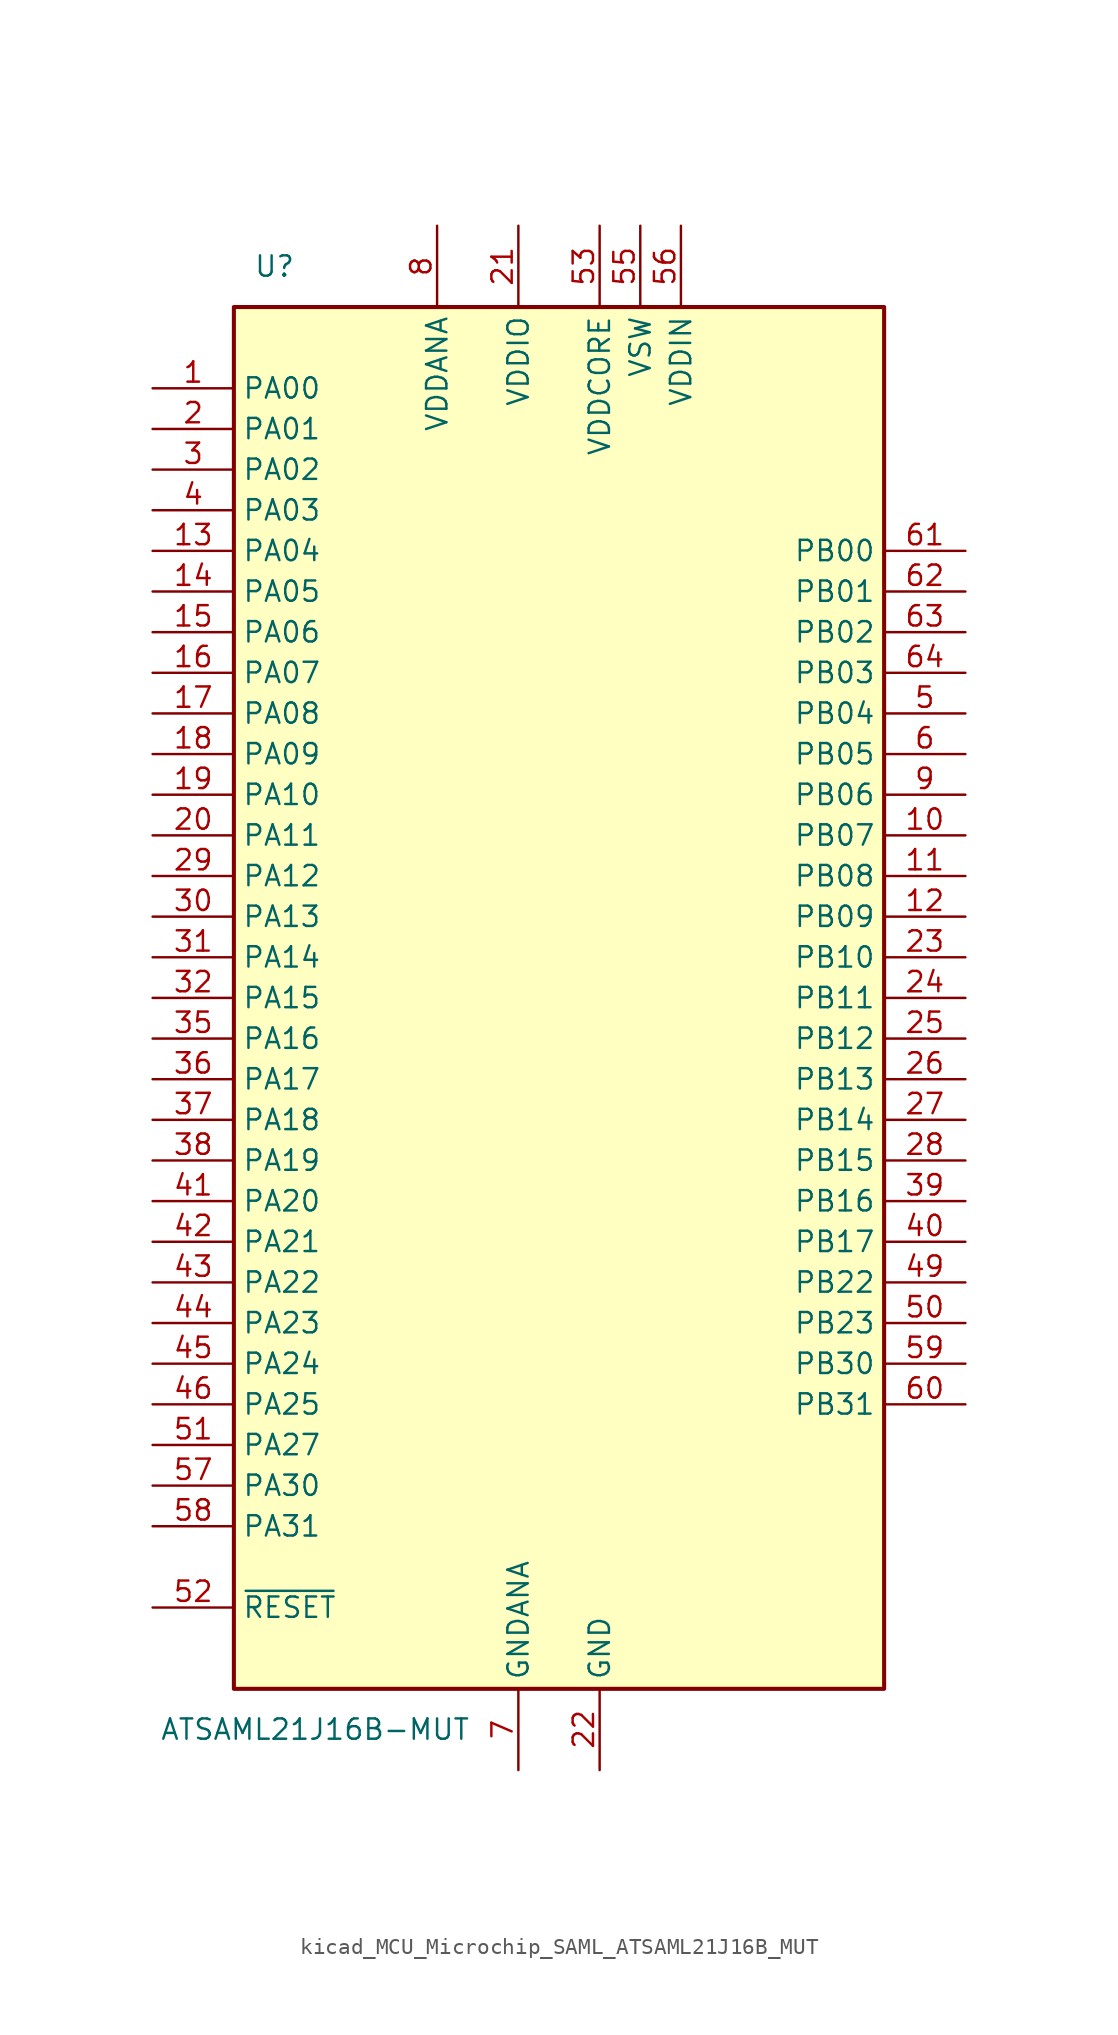
<source format=kicad_sym>
(kicad_symbol_lib
  (version 20220914)
  (generator kicad_symbol_editor)
  (symbol "kicad_MCU_Microchip_SAML_ATSAML21J16B_MUT"
    (property "Reference" "U"
      (at -17.78 45.72 0)
      (effects (font (size 1.27 1.27))))
    (property "Value" "ATSAML21J16B-MUT"
      (at -15.24 -45.72 0)
      (effects (font (size 1.27 1.27))))
    (symbol "kicad_MCU_Microchip_SAML_ATSAML21J16B_MUT_0_1"
      (rectangle (start -20.32 43.18) (end 20.32 -43.18) (stroke (width 0.254) (type default)) (fill (type background))))
    (symbol "kicad_MCU_Microchip_SAML_ATSAML21J16B_MUT_1_1"
      (pin bidirectional line (at -25.4 38.1 0) (length 5.08) (name "PA00" (effects (font (size 1.27 1.27)))) (number "1" (effects (font (size 1.27 1.27)))))
      (pin bidirectional line (at 25.4 10.16 180) (length 5.08) (name "PB07" (effects (font (size 1.27 1.27)))) (number "10" (effects (font (size 1.27 1.27)))))
      (pin bidirectional line (at 25.4 7.62 180) (length 5.08) (name "PB08" (effects (font (size 1.27 1.27)))) (number "11" (effects (font (size 1.27 1.27)))))
      (pin bidirectional line (at 25.4 5.08 180) (length 5.08) (name "PB09" (effects (font (size 1.27 1.27)))) (number "12" (effects (font (size 1.27 1.27)))))
      (pin bidirectional line (at -25.4 27.94 0) (length 5.08) (name "PA04" (effects (font (size 1.27 1.27)))) (number "13" (effects (font (size 1.27 1.27)))))
      (pin bidirectional line (at -25.4 25.4 0) (length 5.08) (name "PA05" (effects (font (size 1.27 1.27)))) (number "14" (effects (font (size 1.27 1.27)))))
      (pin bidirectional line (at -25.4 22.86 0) (length 5.08) (name "PA06" (effects (font (size 1.27 1.27)))) (number "15" (effects (font (size 1.27 1.27)))))
      (pin bidirectional line (at -25.4 20.32 0) (length 5.08) (name "PA07" (effects (font (size 1.27 1.27)))) (number "16" (effects (font (size 1.27 1.27)))))
      (pin bidirectional line (at -25.4 17.78 0) (length 5.08) (name "PA08" (effects (font (size 1.27 1.27)))) (number "17" (effects (font (size 1.27 1.27)))))
      (pin bidirectional line (at -25.4 15.24 0) (length 5.08) (name "PA09" (effects (font (size 1.27 1.27)))) (number "18" (effects (font (size 1.27 1.27)))))
      (pin bidirectional line (at -25.4 12.7 0) (length 5.08) (name "PA10" (effects (font (size 1.27 1.27)))) (number "19" (effects (font (size 1.27 1.27)))))
      (pin bidirectional line (at -25.4 35.56 0) (length 5.08) (name "PA01" (effects (font (size 1.27 1.27)))) (number "2" (effects (font (size 1.27 1.27)))))
      (pin bidirectional line (at -25.4 10.16 0) (length 5.08) (name "PA11" (effects (font (size 1.27 1.27)))) (number "20" (effects (font (size 1.27 1.27)))))
      (pin power_in line (at -2.54 48.26 270) (length 5.08) (name "VDDIO" (effects (font (size 1.27 1.27)))) (number "21" (effects (font (size 1.27 1.27)))))
      (pin power_in line (at 2.54 -48.26 90) (length 5.08) (name "GND" (effects (font (size 1.27 1.27)))) (number "22" (effects (font (size 1.27 1.27)))))
      (pin bidirectional line (at 25.4 2.54 180) (length 5.08) (name "PB10" (effects (font (size 1.27 1.27)))) (number "23" (effects (font (size 1.27 1.27)))))
      (pin bidirectional line (at 25.4 0 180) (length 5.08) (name "PB11" (effects (font (size 1.27 1.27)))) (number "24" (effects (font (size 1.27 1.27)))))
      (pin bidirectional line (at 25.4 -2.54 180) (length 5.08) (name "PB12" (effects (font (size 1.27 1.27)))) (number "25" (effects (font (size 1.27 1.27)))))
      (pin bidirectional line (at 25.4 -5.08 180) (length 5.08) (name "PB13" (effects (font (size 1.27 1.27)))) (number "26" (effects (font (size 1.27 1.27)))))
      (pin bidirectional line (at 25.4 -7.62 180) (length 5.08) (name "PB14" (effects (font (size 1.27 1.27)))) (number "27" (effects (font (size 1.27 1.27)))))
      (pin bidirectional line (at 25.4 -10.16 180) (length 5.08) (name "PB15" (effects (font (size 1.27 1.27)))) (number "28" (effects (font (size 1.27 1.27)))))
      (pin bidirectional line (at -25.4 7.62 0) (length 5.08) (name "PA12" (effects (font (size 1.27 1.27)))) (number "29" (effects (font (size 1.27 1.27)))))
      (pin bidirectional line (at -25.4 33.02 0) (length 5.08) (name "PA02" (effects (font (size 1.27 1.27)))) (number "3" (effects (font (size 1.27 1.27)))))
      (pin bidirectional line (at -25.4 5.08 0) (length 5.08) (name "PA13" (effects (font (size 1.27 1.27)))) (number "30" (effects (font (size 1.27 1.27)))))
      (pin bidirectional line (at -25.4 2.54 0) (length 5.08) (name "PA14" (effects (font (size 1.27 1.27)))) (number "31" (effects (font (size 1.27 1.27)))))
      (pin bidirectional line (at -25.4 0 0) (length 5.08) (name "PA15" (effects (font (size 1.27 1.27)))) (number "32" (effects (font (size 1.27 1.27)))))
      (pin passive line (at 2.54 -48.26 90) (length 5.08) hide (name "GND" (effects (font (size 1.27 1.27)))) (number "33" (effects (font (size 1.27 1.27)))))
      (pin passive line (at -2.54 48.26 270) (length 5.08) hide (name "VDDIO" (effects (font (size 1.27 1.27)))) (number "34" (effects (font (size 1.27 1.27)))))
      (pin bidirectional line (at -25.4 -2.54 0) (length 5.08) (name "PA16" (effects (font (size 1.27 1.27)))) (number "35" (effects (font (size 1.27 1.27)))))
      (pin bidirectional line (at -25.4 -5.08 0) (length 5.08) (name "PA17" (effects (font (size 1.27 1.27)))) (number "36" (effects (font (size 1.27 1.27)))))
      (pin bidirectional line (at -25.4 -7.62 0) (length 5.08) (name "PA18" (effects (font (size 1.27 1.27)))) (number "37" (effects (font (size 1.27 1.27)))))
      (pin bidirectional line (at -25.4 -10.16 0) (length 5.08) (name "PA19" (effects (font (size 1.27 1.27)))) (number "38" (effects (font (size 1.27 1.27)))))
      (pin bidirectional line (at 25.4 -12.7 180) (length 5.08) (name "PB16" (effects (font (size 1.27 1.27)))) (number "39" (effects (font (size 1.27 1.27)))))
      (pin bidirectional line (at -25.4 30.48 0) (length 5.08) (name "PA03" (effects (font (size 1.27 1.27)))) (number "4" (effects (font (size 1.27 1.27)))))
      (pin bidirectional line (at 25.4 -15.24 180) (length 5.08) (name "PB17" (effects (font (size 1.27 1.27)))) (number "40" (effects (font (size 1.27 1.27)))))
      (pin bidirectional line (at -25.4 -12.7 0) (length 5.08) (name "PA20" (effects (font (size 1.27 1.27)))) (number "41" (effects (font (size 1.27 1.27)))))
      (pin bidirectional line (at -25.4 -15.24 0) (length 5.08) (name "PA21" (effects (font (size 1.27 1.27)))) (number "42" (effects (font (size 1.27 1.27)))))
      (pin bidirectional line (at -25.4 -17.78 0) (length 5.08) (name "PA22" (effects (font (size 1.27 1.27)))) (number "43" (effects (font (size 1.27 1.27)))))
      (pin bidirectional line (at -25.4 -20.32 0) (length 5.08) (name "PA23" (effects (font (size 1.27 1.27)))) (number "44" (effects (font (size 1.27 1.27)))))
      (pin bidirectional line (at -25.4 -22.86 0) (length 5.08) (name "PA24" (effects (font (size 1.27 1.27)))) (number "45" (effects (font (size 1.27 1.27)))))
      (pin bidirectional line (at -25.4 -25.4 0) (length 5.08) (name "PA25" (effects (font (size 1.27 1.27)))) (number "46" (effects (font (size 1.27 1.27)))))
      (pin passive line (at 2.54 -48.26 90) (length 5.08) hide (name "GND" (effects (font (size 1.27 1.27)))) (number "47" (effects (font (size 1.27 1.27)))))
      (pin passive line (at -2.54 48.26 270) (length 5.08) hide (name "VDDIO" (effects (font (size 1.27 1.27)))) (number "48" (effects (font (size 1.27 1.27)))))
      (pin bidirectional line (at 25.4 -17.78 180) (length 5.08) (name "PB22" (effects (font (size 1.27 1.27)))) (number "49" (effects (font (size 1.27 1.27)))))
      (pin bidirectional line (at 25.4 17.78 180) (length 5.08) (name "PB04" (effects (font (size 1.27 1.27)))) (number "5" (effects (font (size 1.27 1.27)))))
      (pin bidirectional line (at 25.4 -20.32 180) (length 5.08) (name "PB23" (effects (font (size 1.27 1.27)))) (number "50" (effects (font (size 1.27 1.27)))))
      (pin bidirectional line (at -25.4 -27.94 0) (length 5.08) (name "PA27" (effects (font (size 1.27 1.27)))) (number "51" (effects (font (size 1.27 1.27)))))
      (pin input line (at -25.4 -38.1 0) (length 5.08) (name "~{RESET}" (effects (font (size 1.27 1.27)))) (number "52" (effects (font (size 1.27 1.27)))))
      (pin power_in line (at 2.54 48.26 270) (length 5.08) (name "VDDCORE" (effects (font (size 1.27 1.27)))) (number "53" (effects (font (size 1.27 1.27)))))
      (pin passive line (at 2.54 -48.26 90) (length 5.08) hide (name "GND" (effects (font (size 1.27 1.27)))) (number "54" (effects (font (size 1.27 1.27)))))
      (pin power_out line (at 5.08 48.26 270) (length 5.08) (name "VSW" (effects (font (size 1.27 1.27)))) (number "55" (effects (font (size 1.27 1.27)))))
      (pin power_in line (at 7.62 48.26 270) (length 5.08) (name "VDDIN" (effects (font (size 1.27 1.27)))) (number "56" (effects (font (size 1.27 1.27)))))
      (pin bidirectional line (at -25.4 -30.48 0) (length 5.08) (name "PA30" (effects (font (size 1.27 1.27)))) (number "57" (effects (font (size 1.27 1.27)))))
      (pin bidirectional line (at -25.4 -33.02 0) (length 5.08) (name "PA31" (effects (font (size 1.27 1.27)))) (number "58" (effects (font (size 1.27 1.27)))))
      (pin bidirectional line (at 25.4 -22.86 180) (length 5.08) (name "PB30" (effects (font (size 1.27 1.27)))) (number "59" (effects (font (size 1.27 1.27)))))
      (pin bidirectional line (at 25.4 15.24 180) (length 5.08) (name "PB05" (effects (font (size 1.27 1.27)))) (number "6" (effects (font (size 1.27 1.27)))))
      (pin bidirectional line (at 25.4 -25.4 180) (length 5.08) (name "PB31" (effects (font (size 1.27 1.27)))) (number "60" (effects (font (size 1.27 1.27)))))
      (pin bidirectional line (at 25.4 27.94 180) (length 5.08) (name "PB00" (effects (font (size 1.27 1.27)))) (number "61" (effects (font (size 1.27 1.27)))))
      (pin bidirectional line (at 25.4 25.4 180) (length 5.08) (name "PB01" (effects (font (size 1.27 1.27)))) (number "62" (effects (font (size 1.27 1.27)))))
      (pin bidirectional line (at 25.4 22.86 180) (length 5.08) (name "PB02" (effects (font (size 1.27 1.27)))) (number "63" (effects (font (size 1.27 1.27)))))
      (pin bidirectional line (at 25.4 20.32 180) (length 5.08) (name "PB03" (effects (font (size 1.27 1.27)))) (number "64" (effects (font (size 1.27 1.27)))))
      (pin power_in line (at -2.54 -48.26 90) (length 5.08) (name "GNDANA" (effects (font (size 1.27 1.27)))) (number "7" (effects (font (size 1.27 1.27)))))
      (pin power_in line (at -7.62 48.26 270) (length 5.08) (name "VDDANA" (effects (font (size 1.27 1.27)))) (number "8" (effects (font (size 1.27 1.27)))))
      (pin bidirectional line (at 25.4 12.7 180) (length 5.08) (name "PB06" (effects (font (size 1.27 1.27)))) (number "9" (effects (font (size 1.27 1.27))))))))
</source>
